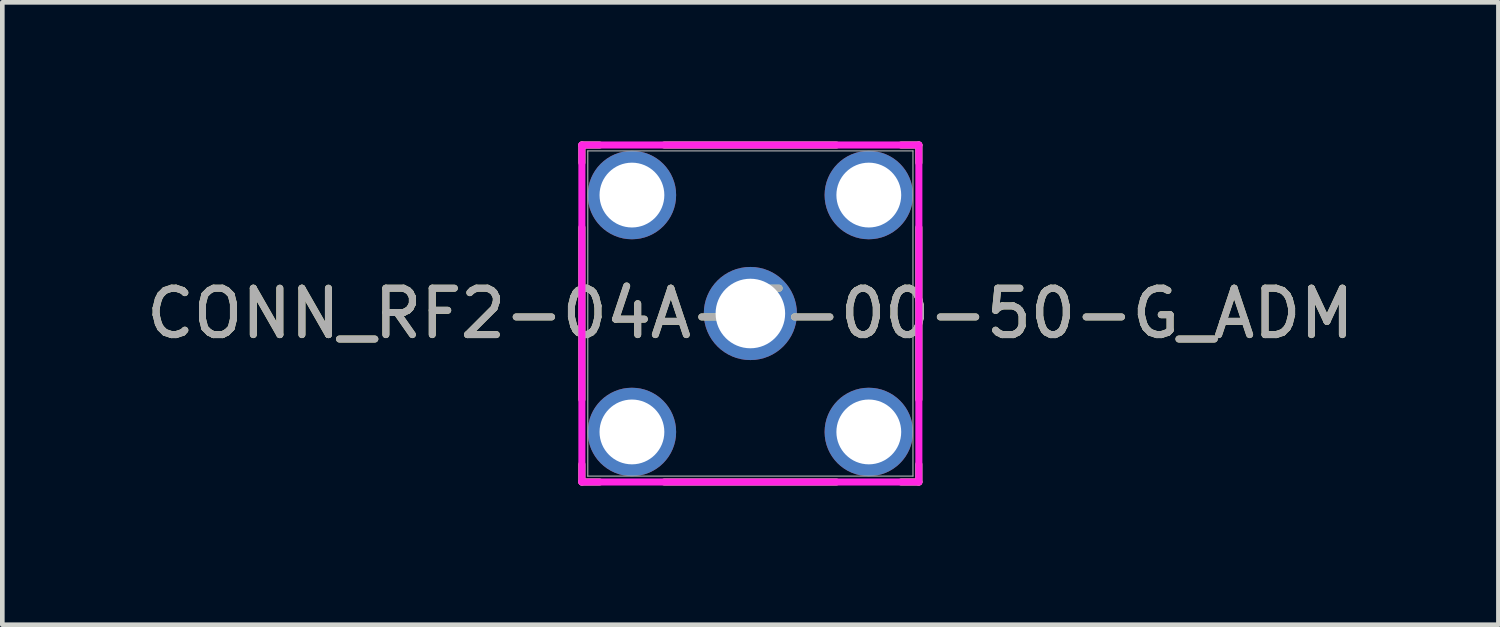
<source format=kicad_pcb>
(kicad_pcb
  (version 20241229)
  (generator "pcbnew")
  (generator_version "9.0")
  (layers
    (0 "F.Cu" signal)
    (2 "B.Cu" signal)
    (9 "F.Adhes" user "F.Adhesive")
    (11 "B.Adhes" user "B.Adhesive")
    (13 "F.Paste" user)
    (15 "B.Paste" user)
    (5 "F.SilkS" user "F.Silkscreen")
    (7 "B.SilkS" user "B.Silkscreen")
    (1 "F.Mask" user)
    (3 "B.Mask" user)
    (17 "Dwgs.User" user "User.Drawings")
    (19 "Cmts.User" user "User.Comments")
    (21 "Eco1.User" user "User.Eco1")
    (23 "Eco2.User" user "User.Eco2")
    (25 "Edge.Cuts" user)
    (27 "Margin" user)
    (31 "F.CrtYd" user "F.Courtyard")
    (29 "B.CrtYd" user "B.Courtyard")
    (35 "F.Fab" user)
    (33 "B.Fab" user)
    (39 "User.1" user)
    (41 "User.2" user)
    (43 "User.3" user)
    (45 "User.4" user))
  (footprint "CONN_RF2-04A-T-00-50-G_ADM"
    (layer "F.Cu")
    (at 13.125 3.708)
    (property "Reference" "CONN_RF2-04A-T-00-50-G_ADM" (at 0 0 0) (unlocked yes) (layer "F.SilkS") (effects (font (size 1 1) (thickness 0.15))))
    (attr through_hole)
    (fp_line (start -3.632 -3.632) (end -3.632 -3.25) (stroke (width 0.152) (type solid)) (layer "F.SilkS"))
    (fp_line (start -3.632 -1.855) (end -3.632 1.855) (stroke (width 0.152) (type solid)) (layer "F.SilkS"))
    (fp_line (start -3.632 3.25) (end -3.632 3.632) (stroke (width 0.152) (type solid)) (layer "F.SilkS"))
    (fp_line (start -3.632 3.632) (end -3.25 3.632) (stroke (width 0.152) (type solid)) (layer "F.SilkS"))
    (fp_line (start -3.25 -3.632) (end -3.632 -3.632) (stroke (width 0.152) (type solid)) (layer "F.SilkS"))
    (fp_line (start -1.855 3.632) (end 1.855 3.632) (stroke (width 0.152) (type solid)) (layer "F.SilkS"))
    (fp_line (start 1.855 -3.632) (end -1.855 -3.632) (stroke (width 0.152) (type solid)) (layer "F.SilkS"))
    (fp_line (start 3.25 3.632) (end 3.632 3.632) (stroke (width 0.152) (type solid)) (layer "F.SilkS"))
    (fp_line (start 3.632 -3.632) (end 3.25 -3.632) (stroke (width 0.152) (type solid)) (layer "F.SilkS"))
    (fp_line (start 3.632 -3.25) (end 3.632 -3.632) (stroke (width 0.152) (type solid)) (layer "F.SilkS"))
    (fp_line (start 3.632 1.855) (end 3.632 -1.855) (stroke (width 0.152) (type solid)) (layer "F.SilkS"))
    (fp_line (start 3.632 3.632) (end 3.632 3.25) (stroke (width 0.152) (type solid)) (layer "F.SilkS"))
    (fp_line (start -3.632 -3.632) (end 3.632 -3.632) (stroke (width 0.152) (type solid)) (layer "F.CrtYd"))
    (fp_line (start -3.632 3.632) (end -3.632 -3.632) (stroke (width 0.152) (type solid)) (layer "F.CrtYd"))
    (fp_line (start 3.632 -3.632) (end 3.632 3.632) (stroke (width 0.152) (type solid)) (layer "F.CrtYd"))
    (fp_line (start 3.632 3.632) (end -3.632 3.632) (stroke (width 0.152) (type solid)) (layer "F.CrtYd"))
    (fp_line (start -3.505 -3.505) (end -3.505 3.505) (stroke (width 0.025) (type solid)) (layer "F.Fab"))
    (fp_line (start -3.505 3.505) (end 3.505 3.505) (stroke (width 0.025) (type solid)) (layer "F.Fab"))
    (fp_line (start 3.505 -3.505) (end -3.505 -3.505) (stroke (width 0.025) (type solid)) (layer "F.Fab"))
    (fp_line (start 3.505 3.505) (end 3.505 -3.505) (stroke (width 0.025) (type solid)) (layer "F.Fab"))
    (fp_circle (center 3.124 0) (end 3.124 0) (stroke (width 0.025) (type solid)) (fill no) (layer "F.Fab"))
    (fp_text user "${REFERENCE}" (at 0 0 0) (unlocked yes) (layer "F.Fab") (effects (font (size 1 1) (thickness 0.15))))
    (pad "1" thru_hole circle (at 0 0) (size 2.007 2.007) (drill 1.499) (layers "*.Cu" "*.Mask"))
    (pad "2" thru_hole circle (at -2.553 -2.553) (size 1.905 1.905) (drill 1.397) (layers "*.Cu" "*.Mask"))
    (pad "3" thru_hole circle (at -2.553 2.553) (size 1.905 1.905) (drill 1.397) (layers "*.Cu" "*.Mask"))
    (pad "4" thru_hole circle (at 2.553 2.553) (size 1.905 1.905) (drill 1.397) (layers "*.Cu" "*.Mask"))
    (pad "5" thru_hole circle (at 2.553 -2.553) (size 1.905 1.905) (drill 1.397) (layers "*.Cu" "*.Mask")))
  (gr_rect
    (start -3 -3)
    (end 29.25 10.417)
    (stroke (width 0.1) (type default))
    (fill no)
    (layer "Edge.Cuts")))
</source>
